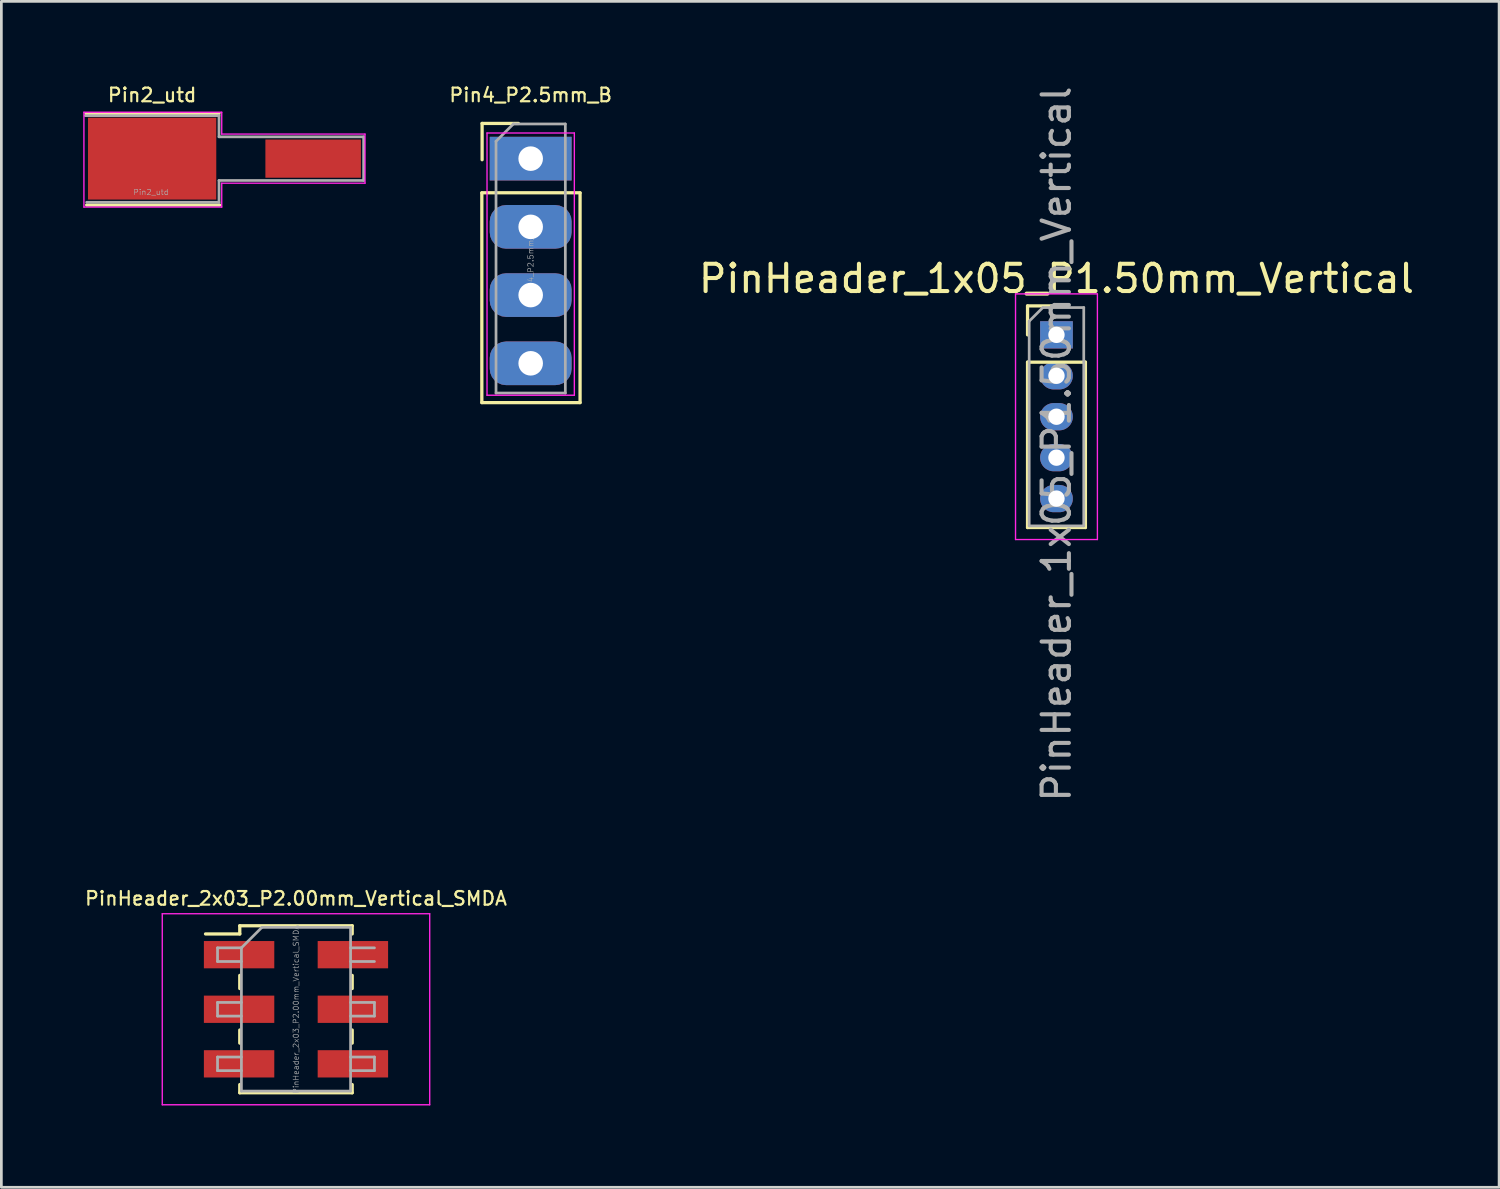
<source format=kicad_pcb>
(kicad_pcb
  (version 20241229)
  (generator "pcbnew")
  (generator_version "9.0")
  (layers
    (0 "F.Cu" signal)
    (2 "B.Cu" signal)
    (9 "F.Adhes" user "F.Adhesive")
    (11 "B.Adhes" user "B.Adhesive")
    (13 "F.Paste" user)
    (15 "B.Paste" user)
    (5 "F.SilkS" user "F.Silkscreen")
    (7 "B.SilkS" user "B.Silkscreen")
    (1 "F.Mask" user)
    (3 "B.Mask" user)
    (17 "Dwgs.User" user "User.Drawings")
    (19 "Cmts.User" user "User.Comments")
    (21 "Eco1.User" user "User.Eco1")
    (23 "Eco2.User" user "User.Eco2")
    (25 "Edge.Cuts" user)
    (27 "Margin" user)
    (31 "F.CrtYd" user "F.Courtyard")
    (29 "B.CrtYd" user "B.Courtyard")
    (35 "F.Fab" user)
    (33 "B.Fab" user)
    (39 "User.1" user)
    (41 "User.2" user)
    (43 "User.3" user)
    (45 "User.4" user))
  (footprint "Pin2_utd"
    (layer "F.Cu")
    (at 2.525 2.763)
    (property "Reference" "Pin2_utd" (at 0 -2.33 0) (layer "F.SilkS") (effects (font (size 0.5 0.5) (thickness 0.08))))
    (attr through_hole)
    (fp_line (start -2.425 -1.65) (end 2.45 -1.65) (stroke (width 0.12) (type solid)) (layer "F.SilkS"))
    (fp_line (start -2.4 1.7) (end 2.475 1.7) (stroke (width 0.12) (type solid)) (layer "F.SilkS"))
    (fp_line (start -2.5 -1.7) (end -2.5 1.775) (stroke (width 0.05) (type solid)) (layer "F.CrtYd"))
    (fp_line (start -2.5 1.775) (end 2.55 1.775) (stroke (width 0.05) (type solid)) (layer "F.CrtYd"))
    (fp_line (start 2.55 -1.7) (end -2.5 -1.7) (stroke (width 0.05) (type solid)) (layer "F.CrtYd"))
    (fp_line (start 2.55 -0.9) (end 2.55 -1.7) (stroke (width 0.05) (type solid)) (layer "F.CrtYd"))
    (fp_line (start 2.55 1.775) (end 2.55 0.9) (stroke (width 0.05) (type solid)) (layer "F.CrtYd"))
    (fp_line (start 7.8 -0.9) (end 2.55 -0.9) (stroke (width 0.05) (type solid)) (layer "F.CrtYd"))
    (fp_line (start 7.8 0.9) (end 2.55 0.9) (stroke (width 0.05) (type solid)) (layer "F.CrtYd"))
    (fp_line (start 7.8 0.9) (end 7.8 -0.9) (stroke (width 0.05) (type solid)) (layer "F.CrtYd"))
    (fp_line (start -2.45 -1.575) (end 2.45 -1.575) (stroke (width 0.1) (type solid)) (layer "F.Fab"))
    (fp_line (start 2.45 -0.8) (end 2.45 -1.575) (stroke (width 0.1) (type solid)) (layer "F.Fab"))
    (fp_line (start 2.45 -0.8) (end 7.75 -0.8) (stroke (width 0.1) (type solid)) (layer "F.Fab"))
    (fp_line (start 2.45 1.6) (end -2.4 1.6) (stroke (width 0.1) (type solid)) (layer "F.Fab"))
    (fp_line (start 2.45 1.6) (end 2.45 0.8) (stroke (width 0.1) (type solid)) (layer "F.Fab"))
    (fp_line (start 7.75 -0.8) (end 7.75 0.8) (stroke (width 0.1) (type solid)) (layer "F.Fab"))
    (fp_line (start 7.75 0.8) (end 2.45 0.8) (stroke (width 0.1) (type solid)) (layer "F.Fab"))
    (fp_text user "${REFERENCE}" (at -0.04 1.23 180) (layer "F.Fab") (effects (font (size 0.2 0.2) (thickness 0.02))))
    (pad "1" smd rect (at 0 0) (size 4.7 3) (layers "F.Cu" "F.Mask" "F.Paste"))
    (pad "2" smd rect (at 5.9 0) (size 3.5 1.4) (layers "F.Cu" "F.Mask" "F.Paste")))
  (footprint "Pin4_P2.5mm_B"
    (layer "F.Cu")
    (at 16.396 2.763)
    (property "Reference" "Pin4_P2.5mm_B" (at 0 -2.33 0) (layer "F.SilkS") (effects (font (size 0.5 0.5) (thickness 0.08))))
    (attr through_hole)
    (fp_line (start -1.79 1.25) (end 1.81 1.25) (stroke (width 0.12) (type solid)) (layer "F.SilkS"))
    (fp_line (start -1.79 1.26) (end -1.79 8.94) (stroke (width 0.12) (type solid)) (layer "F.SilkS"))
    (fp_line (start -1.79 8.94) (end 1.81 8.94) (stroke (width 0.12) (type solid)) (layer "F.SilkS"))
    (fp_line (start -1.78 -1.29) (end -0.45 -1.29) (stroke (width 0.12) (type solid)) (layer "F.SilkS"))
    (fp_line (start -1.78 0.04) (end -1.78 -1.29) (stroke (width 0.12) (type solid)) (layer "F.SilkS"))
    (fp_line (start 1.81 1.26) (end 1.81 8.94) (stroke (width 0.12) (type solid)) (layer "F.SilkS"))
    (fp_line (start -1.6 -0.94) (end -1.6 8.67) (stroke (width 0.05) (type solid)) (layer "F.CrtYd"))
    (fp_line (start -1.6 8.67) (end 1.6 8.67) (stroke (width 0.05) (type solid)) (layer "F.CrtYd"))
    (fp_line (start 1.6 -0.94) (end -1.6 -0.94) (stroke (width 0.05) (type solid)) (layer "F.CrtYd"))
    (fp_line (start 1.6 8.67) (end 1.6 -0.94) (stroke (width 0.05) (type solid)) (layer "F.CrtYd"))
    (fp_line (start -1.27 -0.635) (end -0.635 -1.27) (stroke (width 0.1) (type solid)) (layer "F.Fab"))
    (fp_line (start -1.27 8.59) (end -1.27 -0.635) (stroke (width 0.1) (type solid)) (layer "F.Fab"))
    (fp_line (start -0.635 -1.27) (end 1.27 -1.27) (stroke (width 0.1) (type solid)) (layer "F.Fab"))
    (fp_line (start 1.27 -1.27) (end 1.27 8.59) (stroke (width 0.1) (type solid)) (layer "F.Fab"))
    (fp_line (start 1.27 8.59) (end -1.27 8.59) (stroke (width 0.1) (type solid)) (layer "F.Fab"))
    (fp_text user "${REFERENCE}" (at 0 3.81 90) (layer "F.Fab") (effects (font (size 0.2 0.2) (thickness 0.02))))
    (pad "1" thru_hole rect (at 0 0) (size 3 1.6) (drill 0.9) (layers "*.Cu" "*.Mask"))
    (pad "2" thru_hole roundrect (at 0 2.5) (size 3 1.6) (drill 0.9) (layers "*.Cu" "*.Mask") (roundrect_rratio 0.375))
    (pad "3" thru_hole roundrect (at 0 5) (size 3 1.6) (drill 0.9) (layers "*.Cu" "*.Mask") (roundrect_rratio 0.375))
    (pad "4" thru_hole roundrect (at 0 7.5) (size 3 1.6) (drill 0.9) (layers "*.Cu" "*.Mask") (roundrect_rratio 0.375)))
  (footprint "PinHeader_1x05_P1.50mm_Vertical"
    (layer "F.Cu")
    (at 35.663 9.22)
    (property "Reference" "PinHeader_1x05_P1.50mm_Vertical" (at 0 -2.06 0) (layer "F.SilkS") (effects (font (size 1 1) (thickness 0.15))))
    (attr through_hole)
    (fp_line (start -1.06 -1.06) (end 0 -1.06) (stroke (width 0.12) (type solid)) (layer "F.SilkS"))
    (fp_line (start -1.06 0) (end -1.06 -1.06) (stroke (width 0.12) (type solid)) (layer "F.SilkS"))
    (fp_line (start -1.06 1) (end -1.06 7.06) (stroke (width 0.12) (type solid)) (layer "F.SilkS"))
    (fp_line (start -1.06 1) (end 1.06 1) (stroke (width 0.12) (type solid)) (layer "F.SilkS"))
    (fp_line (start -1.06 7.06) (end 1.06 7.06) (stroke (width 0.12) (type solid)) (layer "F.SilkS"))
    (fp_line (start 1.06 1) (end 1.06 7.06) (stroke (width 0.12) (type solid)) (layer "F.SilkS"))
    (fp_line (start -1.5 -1.5) (end -1.5 7.5) (stroke (width 0.05) (type solid)) (layer "F.CrtYd"))
    (fp_line (start -1.5 7.5) (end 1.5 7.5) (stroke (width 0.05) (type solid)) (layer "F.CrtYd"))
    (fp_line (start 1.5 -1.5) (end -1.5 -1.5) (stroke (width 0.05) (type solid)) (layer "F.CrtYd"))
    (fp_line (start 1.5 7.5) (end 1.5 -1.5) (stroke (width 0.05) (type solid)) (layer "F.CrtYd"))
    (fp_line (start -1 -0.5) (end -0.5 -1) (stroke (width 0.1) (type solid)) (layer "F.Fab"))
    (fp_line (start -1 7) (end -1 -0.5) (stroke (width 0.1) (type solid)) (layer "F.Fab"))
    (fp_line (start -0.5 -1) (end 1 -1) (stroke (width 0.1) (type solid)) (layer "F.Fab"))
    (fp_line (start 1 -1) (end 1 7) (stroke (width 0.1) (type solid)) (layer "F.Fab"))
    (fp_line (start 1 7) (end -1 7) (stroke (width 0.1) (type solid)) (layer "F.Fab"))
    (fp_text user "${REFERENCE}" (at 0 4 90) (layer "F.Fab") (effects (font (size 1 1) (thickness 0.15))))
    (pad "1" thru_hole rect (at 0 0) (size 1.2 1) (drill 0.6) (layers "*.Cu" "*.Mask"))
    (pad "2" thru_hole oval (at 0 1.5) (size 1.2 1) (drill 0.6) (layers "*.Cu" "*.Mask"))
    (pad "3" thru_hole oval (at 0 3) (size 1.2 1) (drill 0.6) (layers "*.Cu" "*.Mask"))
    (pad "4" thru_hole oval (at 0 4.5) (size 1.2 1) (drill 0.6) (layers "*.Cu" "*.Mask"))
    (pad "5" thru_hole oval (at 0 6) (size 1.2 1) (drill 0.6) (layers "*.Cu" "*.Mask")))
  (footprint "PinHeader_2x03_P2.00mm_Vertical_SMDA"
    (layer "F.Cu")
    (at 7.796 33.933)
    (property "Reference" "PinHeader_2x03_P2.00mm_Vertical_SMDA" (at 0 -4.06 0) (layer "F.SilkS") (effects (font (size 0.5 0.5) (thickness 0.08))))
    (attr smd)
    (fp_line (start -3.315 -2.76) (end -2.06 -2.76) (stroke (width 0.12) (type solid)) (layer "F.SilkS"))
    (fp_line (start -2.06 -3.06) (end -2.06 -2.76) (stroke (width 0.12) (type solid)) (layer "F.SilkS"))
    (fp_line (start -2.06 -3.06) (end 2.06 -3.06) (stroke (width 0.12) (type solid)) (layer "F.SilkS"))
    (fp_line (start -2.06 -1.24) (end -2.06 -0.76) (stroke (width 0.12) (type solid)) (layer "F.SilkS"))
    (fp_line (start -2.06 0.76) (end -2.06 1.24) (stroke (width 0.12) (type solid)) (layer "F.SilkS"))
    (fp_line (start -2.06 2.76) (end -2.06 3.06) (stroke (width 0.12) (type solid)) (layer "F.SilkS"))
    (fp_line (start -2.06 3.06) (end 2.06 3.06) (stroke (width 0.12) (type solid)) (layer "F.SilkS"))
    (fp_line (start 2.06 -3.06) (end 2.06 -2.76) (stroke (width 0.12) (type solid)) (layer "F.SilkS"))
    (fp_line (start 2.06 -1.24) (end 2.06 -0.76) (stroke (width 0.12) (type solid)) (layer "F.SilkS"))
    (fp_line (start 2.06 0.76) (end 2.06 1.24) (stroke (width 0.12) (type solid)) (layer "F.SilkS"))
    (fp_line (start 2.06 2.76) (end 2.06 3.06) (stroke (width 0.12) (type solid)) (layer "F.SilkS"))
    (fp_line (start -4.9 -3.5) (end -4.9 3.5) (stroke (width 0.05) (type solid)) (layer "F.CrtYd"))
    (fp_line (start -4.9 3.5) (end 4.9 3.5) (stroke (width 0.05) (type solid)) (layer "F.CrtYd"))
    (fp_line (start 4.9 -3.5) (end -4.9 -3.5) (stroke (width 0.05) (type solid)) (layer "F.CrtYd"))
    (fp_line (start 4.9 3.5) (end 4.9 -3.5) (stroke (width 0.05) (type solid)) (layer "F.CrtYd"))
    (fp_line (start -2.875 -2.25) (end -2.875 -1.75) (stroke (width 0.1) (type solid)) (layer "F.Fab"))
    (fp_line (start -2.875 -1.75) (end -2 -1.75) (stroke (width 0.1) (type solid)) (layer "F.Fab"))
    (fp_line (start -2.875 -0.25) (end -2.875 0.25) (stroke (width 0.1) (type solid)) (layer "F.Fab"))
    (fp_line (start -2.875 0.25) (end -2 0.25) (stroke (width 0.1) (type solid)) (layer "F.Fab"))
    (fp_line (start -2.875 1.75) (end -2.875 2.25) (stroke (width 0.1) (type solid)) (layer "F.Fab"))
    (fp_line (start -2.875 2.25) (end -2 2.25) (stroke (width 0.1) (type solid)) (layer "F.Fab"))
    (fp_line (start -2 -2.25) (end -2.875 -2.25) (stroke (width 0.1) (type solid)) (layer "F.Fab"))
    (fp_line (start -2 -2.25) (end -1.25 -3) (stroke (width 0.1) (type solid)) (layer "F.Fab"))
    (fp_line (start -2 -0.25) (end -2.875 -0.25) (stroke (width 0.1) (type solid)) (layer "F.Fab"))
    (fp_line (start -2 1.75) (end -2.875 1.75) (stroke (width 0.1) (type solid)) (layer "F.Fab"))
    (fp_line (start -2 3) (end -2 -2.25) (stroke (width 0.1) (type solid)) (layer "F.Fab"))
    (fp_line (start -1.25 -3) (end 2 -3) (stroke (width 0.1) (type solid)) (layer "F.Fab"))
    (fp_line (start 2 -3) (end 2 3) (stroke (width 0.1) (type solid)) (layer "F.Fab"))
    (fp_line (start 2 -2.25) (end 2.875 -2.25) (stroke (width 0.1) (type solid)) (layer "F.Fab"))
    (fp_line (start 2 -0.25) (end 2.875 -0.25) (stroke (width 0.1) (type solid)) (layer "F.Fab"))
    (fp_line (start 2 1.75) (end 2.875 1.75) (stroke (width 0.1) (type solid)) (layer "F.Fab"))
    (fp_line (start 2 3) (end -2 3) (stroke (width 0.1) (type solid)) (layer "F.Fab"))
    (fp_line (start 2.875 -1.75) (end 2 -1.75) (stroke (width 0.1) (type solid)) (layer "F.Fab"))
    (fp_line (start 2.875 -0.25) (end 2.875 0.25) (stroke (width 0.1) (type solid)) (layer "F.Fab"))
    (fp_line (start 2.875 0.25) (end 2 0.25) (stroke (width 0.1) (type solid)) (layer "F.Fab"))
    (fp_line (start 2.875 1.75) (end 2.875 2.25) (stroke (width 0.1) (type solid)) (layer "F.Fab"))
    (fp_line (start 2.875 2.25) (end 2 2.25) (stroke (width 0.1) (type solid)) (layer "F.Fab"))
    (fp_text user "${REFERENCE}" (at 0 0 90) (layer "F.Fab") (effects (font (size 0.2 0.2) (thickness 0.02))))
    (pad "1" smd rect (at -2.085 -2) (size 2.58 1) (layers "F.Cu" "F.Mask" "F.Paste"))
    (pad "2" smd rect (at -2.085 0) (size 2.58 1) (layers "F.Cu" "F.Mask" "F.Paste"))
    (pad "3" smd rect (at -2.085 2) (size 2.58 1) (layers "F.Cu" "F.Mask" "F.Paste"))
    (pad "4" smd rect (at 2.085 -2) (size 2.58 1) (layers "F.Cu" "F.Mask" "F.Paste"))
    (pad "5" smd rect (at 2.085 0) (size 2.58 1) (layers "F.Cu" "F.Mask" "F.Paste"))
    (pad "6" smd rect (at 2.085 2) (size 2.58 1) (layers "F.Cu" "F.Mask" "F.Paste")))
  (gr_rect
    (start -3 -3)
    (end 51.883 40.458)
    (stroke (width 0.1) (type default))
    (fill no)
    (layer "Edge.Cuts")))
</source>
